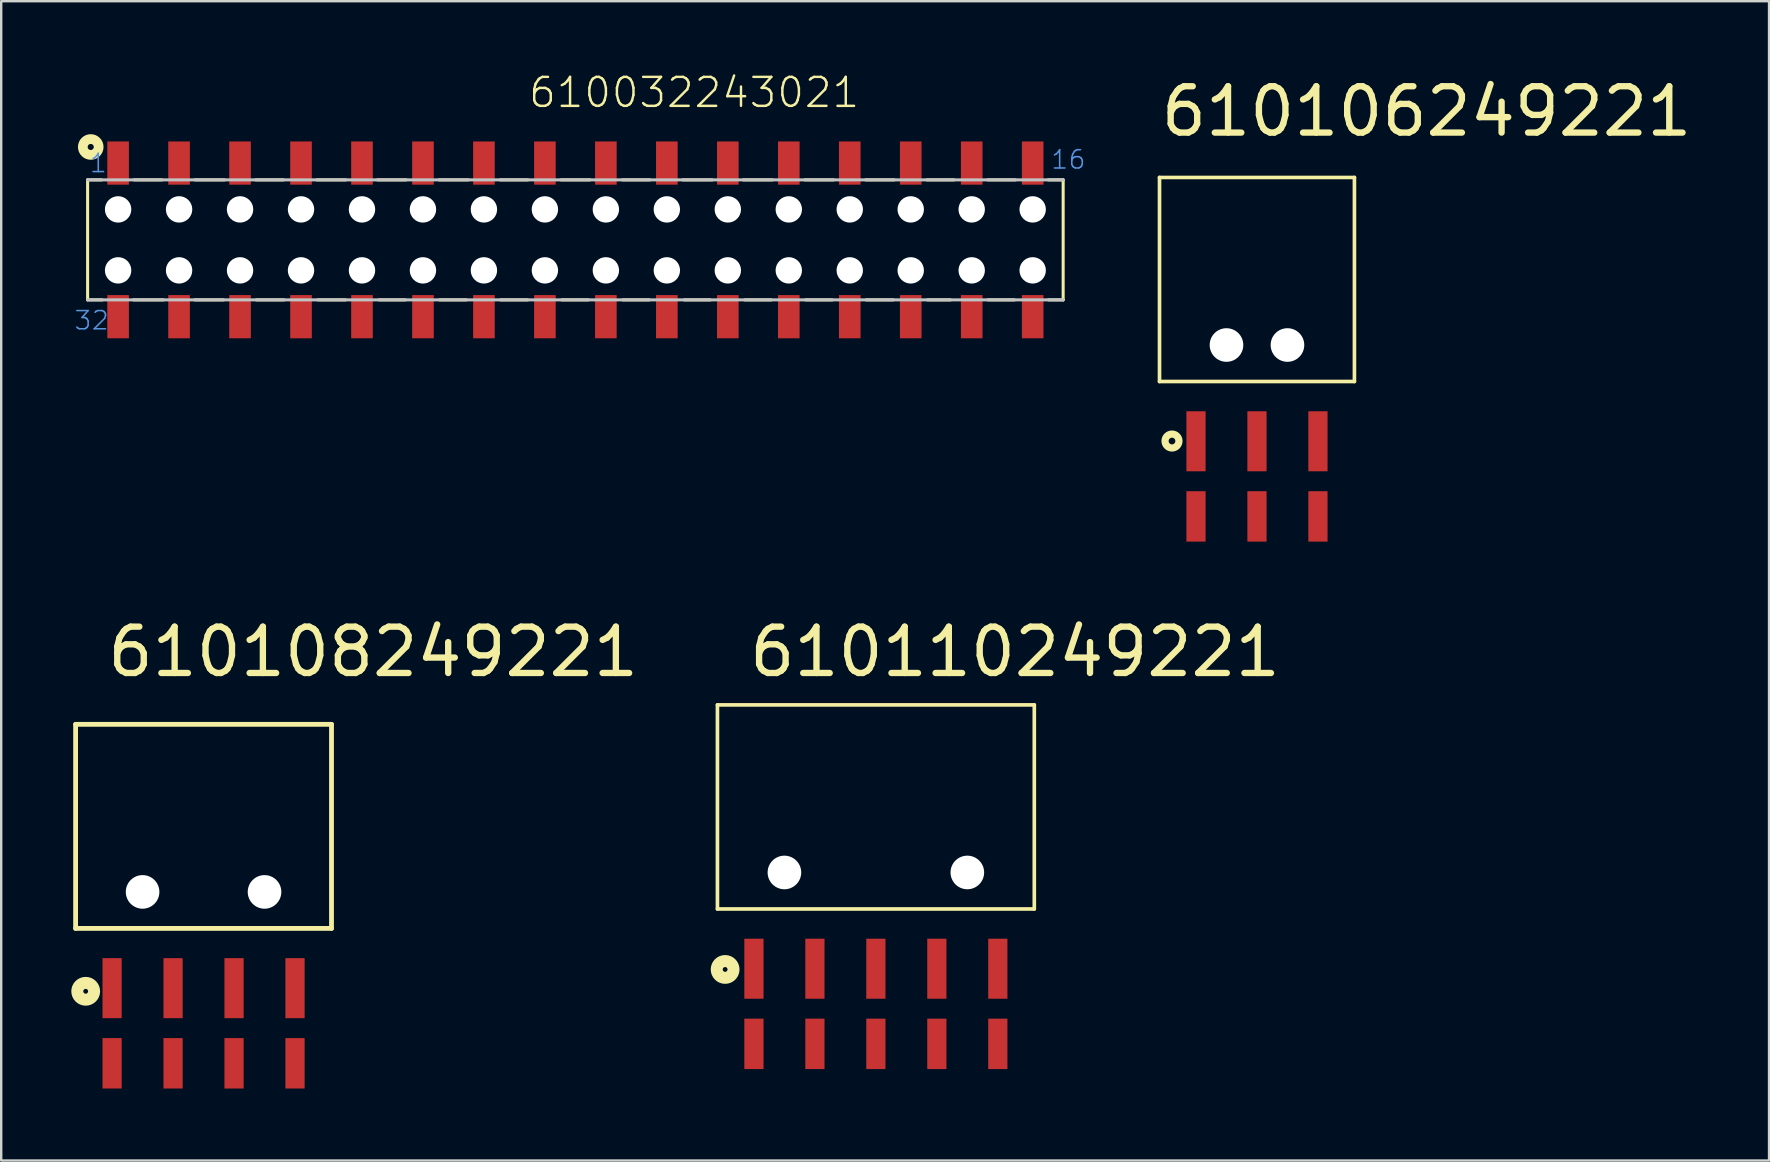
<source format=kicad_pcb>
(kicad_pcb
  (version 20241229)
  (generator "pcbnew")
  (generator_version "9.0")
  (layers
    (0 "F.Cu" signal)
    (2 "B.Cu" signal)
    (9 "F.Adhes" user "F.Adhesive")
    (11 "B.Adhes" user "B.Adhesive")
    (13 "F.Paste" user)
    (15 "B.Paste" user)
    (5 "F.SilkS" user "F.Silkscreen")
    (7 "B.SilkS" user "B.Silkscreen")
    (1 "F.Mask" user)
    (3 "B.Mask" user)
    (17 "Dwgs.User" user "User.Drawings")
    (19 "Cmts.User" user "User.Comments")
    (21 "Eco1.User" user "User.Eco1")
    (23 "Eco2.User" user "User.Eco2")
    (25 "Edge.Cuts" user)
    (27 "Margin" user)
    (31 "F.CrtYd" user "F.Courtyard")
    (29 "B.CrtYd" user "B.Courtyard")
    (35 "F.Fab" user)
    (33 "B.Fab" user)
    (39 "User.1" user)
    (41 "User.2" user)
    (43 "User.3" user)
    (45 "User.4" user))
  (footprint "610108249221"
    (layer "F.Cu")
    (at 5.43 34.106)
    (property "Reference" "610108249221" (at -4.136 -8.87 0) (layer "F.SilkS") (effects (font (size 1.93 1.93) (thickness 0.264)) (justify left bottom)))
    (attr through_hole)
    (fp_line (start -5.33 -6.98) (end 5.33 -6.98) (stroke (width 0.2) (type solid)) (layer "F.SilkS"))
    (fp_line (start -5.33 1.52) (end -5.33 -6.98) (stroke (width 0.2) (type solid)) (layer "F.SilkS"))
    (fp_line (start -5.33 1.52) (end 5.33 1.52) (stroke (width 0.2) (type solid)) (layer "F.SilkS"))
    (fp_line (start 5.33 1.52) (end 5.33 -6.98) (stroke (width 0.2) (type solid)) (layer "F.SilkS"))
    (fp_circle (center -4.91 4.14) (end -4.81 4.14) (stroke (width 0.5) (type solid)) (fill no) (layer "F.SilkS"))
    (pad "" np_thru_hole circle (at -2.54 0) (size 1.4 1.4) (drill 1.4) (layers "*.Cu"))
    (pad "" np_thru_hole circle (at 2.54 0) (size 1.4 1.4) (drill 1.4) (layers "*.Cu"))
    (pad "1" smd rect (at -3.81 4.01) (size 0.8 2.5) (layers "F.Cu" "F.Mask" "F.Paste"))
    (pad "2" smd rect (at -1.27 4.01) (size 0.8 2.5) (layers "F.Cu" "F.Mask" "F.Paste"))
    (pad "3" smd rect (at 1.27 4.01) (size 0.8 2.5) (layers "F.Cu" "F.Mask" "F.Paste"))
    (pad "4" smd rect (at 3.81 4.01) (size 0.8 2.5) (layers "F.Cu" "F.Mask" "F.Paste"))
    (pad "5" smd rect (at 3.81 7.14) (size 0.8 2.1) (layers "F.Cu" "F.Mask" "F.Paste"))
    (pad "6" smd rect (at 1.27 7.14) (size 0.8 2.1) (layers "F.Cu" "F.Mask" "F.Paste"))
    (pad "7" smd rect (at -1.27 7.14) (size 0.8 2.1) (layers "F.Cu" "F.Mask" "F.Paste"))
    (pad "8" smd rect (at -3.81 7.14) (size 0.8 2.1) (layers "F.Cu" "F.Mask" "F.Paste")))
  (footprint "610032243021"
    (layer "F.Cu")
    (at 20.92 6.943)
    (property "Reference" "610032243021" (at -2.012 -5.432 0) (layer "F.SilkS") (effects (font (size 1.206 1.206) (thickness 0.102)) (justify left bottom)))
    (attr through_hole)
    (fp_line (start -20.32 -2.5) (end -20.32 2.5) (stroke (width 0.127) (type solid)) (layer "F.SilkS"))
    (fp_line (start -19.74 -2.5) (end -20.32 -2.5) (stroke (width 0.127) (type solid)) (layer "F.SilkS"))
    (fp_line (start -19.71 2.5) (end -20.32 2.5) (stroke (width 0.127) (type solid)) (layer "F.SilkS"))
    (fp_line (start -18.41 2.5) (end -17.16 2.5) (stroke (width 0.127) (type solid)) (layer "F.SilkS"))
    (fp_line (start -18.38 -2.5) (end -17.22 -2.5) (stroke (width 0.127) (type solid)) (layer "F.SilkS"))
    (fp_line (start -15.86 2.5) (end -14.66 2.5) (stroke (width 0.127) (type solid)) (layer "F.SilkS"))
    (fp_line (start -15.85 -2.5) (end -14.62 -2.5) (stroke (width 0.127) (type solid)) (layer "F.SilkS"))
    (fp_line (start -13.32 -2.5) (end -12.16 -2.5) (stroke (width 0.127) (type solid)) (layer "F.SilkS"))
    (fp_line (start -13.29 2.5) (end -12.14 2.5) (stroke (width 0.127) (type solid)) (layer "F.SilkS"))
    (fp_line (start -10.77 -2.5) (end -9.56 -2.5) (stroke (width 0.127) (type solid)) (layer "F.SilkS"))
    (fp_line (start -9.58 2.5) (end -10.73 2.5) (stroke (width 0.127) (type solid)) (layer "F.SilkS"))
    (fp_line (start -8.25 -2.5) (end -7.05 -2.5) (stroke (width 0.127) (type solid)) (layer "F.SilkS"))
    (fp_line (start -8.18 2.5) (end -7.09 2.5) (stroke (width 0.127) (type solid)) (layer "F.SilkS"))
    (fp_line (start -5.68 -2.5) (end -4.46 -2.5) (stroke (width 0.127) (type solid)) (layer "F.SilkS"))
    (fp_line (start -5.66 2.5) (end -4.54 2.5) (stroke (width 0.127) (type solid)) (layer "F.SilkS"))
    (fp_line (start -3.13 -2.5) (end -1.98 -2.5) (stroke (width 0.127) (type solid)) (layer "F.SilkS"))
    (fp_line (start -3.12 2.5) (end -1.99 2.5) (stroke (width 0.127) (type solid)) (layer "F.SilkS"))
    (fp_line (start -0.6 -2.5) (end 0.61 -2.5) (stroke (width 0.127) (type solid)) (layer "F.SilkS"))
    (fp_line (start -0.57 2.5) (end 0.54 2.5) (stroke (width 0.127) (type solid)) (layer "F.SilkS"))
    (fp_line (start 1.96 -2.5) (end 3.1 -2.5) (stroke (width 0.127) (type solid)) (layer "F.SilkS"))
    (fp_line (start 1.97 2.5) (end 3.08 2.5) (stroke (width 0.127) (type solid)) (layer "F.SilkS"))
    (fp_line (start 4.47 -2.5) (end 5.7 -2.5) (stroke (width 0.127) (type solid)) (layer "F.SilkS"))
    (fp_line (start 4.54 2.5) (end 5.62 2.5) (stroke (width 0.127) (type solid)) (layer "F.SilkS"))
    (fp_line (start 6.99 -2.5) (end 8.21 -2.5) (stroke (width 0.127) (type solid)) (layer "F.SilkS"))
    (fp_line (start 7.06 2.5) (end 8.16 2.5) (stroke (width 0.127) (type solid)) (layer "F.SilkS"))
    (fp_line (start 9.56 -2.5) (end 10.76 -2.5) (stroke (width 0.127) (type solid)) (layer "F.SilkS"))
    (fp_line (start 9.59 2.5) (end 10.7 2.5) (stroke (width 0.127) (type solid)) (layer "F.SilkS"))
    (fp_line (start 12.09 -2.5) (end 13.28 -2.5) (stroke (width 0.127) (type solid)) (layer "F.SilkS"))
    (fp_line (start 12.12 2.5) (end 13.24 2.5) (stroke (width 0.127) (type solid)) (layer "F.SilkS"))
    (fp_line (start 14.64 -2.5) (end 15.77 -2.5) (stroke (width 0.127) (type solid)) (layer "F.SilkS"))
    (fp_line (start 14.67 2.5) (end 15.63 2.5) (stroke (width 0.127) (type solid)) (layer "F.SilkS"))
    (fp_line (start 17.18 -2.5) (end 18.33 -2.5) (stroke (width 0.127) (type solid)) (layer "F.SilkS"))
    (fp_line (start 17.19 2.5) (end 18.29 2.5) (stroke (width 0.127) (type solid)) (layer "F.SilkS"))
    (fp_line (start 19.7 -2.5) (end 20.32 -2.5) (stroke (width 0.127) (type solid)) (layer "F.SilkS"))
    (fp_line (start 19.71 2.5) (end 20.32 2.5) (stroke (width 0.127) (type solid)) (layer "F.SilkS"))
    (fp_line (start 20.32 2.5) (end 20.32 -2.5) (stroke (width 0.127) (type solid)) (layer "F.SilkS"))
    (fp_circle (center -20.19 -3.87) (end -20.063 -3.87) (stroke (width 0.406) (type solid)) (fill no) (layer "F.SilkS"))
    (fp_line (start -20.32 -2.5) (end 20.32 -2.5) (stroke (width 0.127) (type solid)) (layer "Dwgs.User"))
    (fp_line (start -20.32 2.5) (end 20.32 2.5) (stroke (width 0.127) (type solid)) (layer "Dwgs.User"))
    (fp_text user "32" (at -20.92 3.8 0) (layer "Cmts.User") (effects (font (size 0.76 0.76) (thickness 0.064)) (justify left bottom)))
    (fp_text user "1" (at -20.28 -2.75 0) (layer "Cmts.User") (effects (font (size 0.76 0.76) (thickness 0.064)) (justify left bottom)))
    (fp_text user "16" (at 19.77 -2.9 0) (layer "Cmts.User") (effects (font (size 0.76 0.76) (thickness 0.064)) (justify left bottom)))
    (pad "" np_thru_hole circle (at -19.05 -1.27) (size 1.1 1.1) (drill 1.1) (layers "*.Cu"))
    (pad "" np_thru_hole circle (at -19.05 1.27) (size 1.1 1.1) (drill 1.1) (layers "*.Cu"))
    (pad "" np_thru_hole circle (at -16.51 -1.27) (size 1.1 1.1) (drill 1.1) (layers "*.Cu"))
    (pad "" np_thru_hole circle (at -16.51 1.27) (size 1.1 1.1) (drill 1.1) (layers "*.Cu"))
    (pad "" np_thru_hole circle (at -13.97 -1.27) (size 1.1 1.1) (drill 1.1) (layers "*.Cu"))
    (pad "" np_thru_hole circle (at -13.97 1.27) (size 1.1 1.1) (drill 1.1) (layers "*.Cu"))
    (pad "" np_thru_hole circle (at -11.43 -1.27) (size 1.1 1.1) (drill 1.1) (layers "*.Cu"))
    (pad "" np_thru_hole circle (at -11.43 1.27) (size 1.1 1.1) (drill 1.1) (layers "*.Cu"))
    (pad "" np_thru_hole circle (at -8.89 -1.27) (size 1.1 1.1) (drill 1.1) (layers "*.Cu"))
    (pad "" np_thru_hole circle (at -8.89 1.27) (size 1.1 1.1) (drill 1.1) (layers "*.Cu"))
    (pad "" np_thru_hole circle (at -6.35 -1.27) (size 1.1 1.1) (drill 1.1) (layers "*.Cu"))
    (pad "" np_thru_hole circle (at -6.35 1.27) (size 1.1 1.1) (drill 1.1) (layers "*.Cu"))
    (pad "" np_thru_hole circle (at -3.81 -1.27) (size 1.1 1.1) (drill 1.1) (layers "*.Cu"))
    (pad "" np_thru_hole circle (at -3.81 1.27) (size 1.1 1.1) (drill 1.1) (layers "*.Cu"))
    (pad "" np_thru_hole circle (at -1.27 -1.27) (size 1.1 1.1) (drill 1.1) (layers "*.Cu"))
    (pad "" np_thru_hole circle (at -1.27 1.27) (size 1.1 1.1) (drill 1.1) (layers "*.Cu"))
    (pad "" np_thru_hole circle (at 1.27 -1.27) (size 1.1 1.1) (drill 1.1) (layers "*.Cu"))
    (pad "" np_thru_hole circle (at 1.27 1.27) (size 1.1 1.1) (drill 1.1) (layers "*.Cu"))
    (pad "" np_thru_hole circle (at 3.81 -1.27) (size 1.1 1.1) (drill 1.1) (layers "*.Cu"))
    (pad "" np_thru_hole circle (at 3.81 1.27) (size 1.1 1.1) (drill 1.1) (layers "*.Cu"))
    (pad "" np_thru_hole circle (at 6.35 -1.27) (size 1.1 1.1) (drill 1.1) (layers "*.Cu"))
    (pad "" np_thru_hole circle (at 6.35 1.27) (size 1.1 1.1) (drill 1.1) (layers "*.Cu"))
    (pad "" np_thru_hole circle (at 8.89 -1.27) (size 1.1 1.1) (drill 1.1) (layers "*.Cu"))
    (pad "" np_thru_hole circle (at 8.89 1.27) (size 1.1 1.1) (drill 1.1) (layers "*.Cu"))
    (pad "" np_thru_hole circle (at 11.43 -1.27) (size 1.1 1.1) (drill 1.1) (layers "*.Cu"))
    (pad "" np_thru_hole circle (at 11.43 1.27) (size 1.1 1.1) (drill 1.1) (layers "*.Cu"))
    (pad "" np_thru_hole circle (at 13.97 -1.27) (size 1.1 1.1) (drill 1.1) (layers "*.Cu"))
    (pad "" np_thru_hole circle (at 13.97 1.27) (size 1.1 1.1) (drill 1.1) (layers "*.Cu"))
    (pad "" np_thru_hole circle (at 16.51 -1.27) (size 1.1 1.1) (drill 1.1) (layers "*.Cu"))
    (pad "" np_thru_hole circle (at 16.51 1.27) (size 1.1 1.1) (drill 1.1) (layers "*.Cu"))
    (pad "" np_thru_hole circle (at 19.05 -1.27) (size 1.1 1.1) (drill 1.1) (layers "*.Cu"))
    (pad "" np_thru_hole circle (at 19.05 1.27) (size 1.1 1.1) (drill 1.1) (layers "*.Cu"))
    (pad "1" smd rect (at -19.05 -3.2 90) (size 1.8 0.9) (layers "F.Cu" "F.Mask" "F.Paste"))
    (pad "2" smd rect (at -16.51 -3.2 90) (size 1.8 0.9) (layers "F.Cu" "F.Mask" "F.Paste"))
    (pad "3" smd rect (at -13.97 -3.2 90) (size 1.8 0.9) (layers "F.Cu" "F.Mask" "F.Paste"))
    (pad "4" smd rect (at -11.43 -3.2 90) (size 1.8 0.9) (layers "F.Cu" "F.Mask" "F.Paste"))
    (pad "5" smd rect (at -8.89 -3.2 90) (size 1.8 0.9) (layers "F.Cu" "F.Mask" "F.Paste"))
    (pad "6" smd rect (at -6.35 -3.2 90) (size 1.8 0.9) (layers "F.Cu" "F.Mask" "F.Paste"))
    (pad "7" smd rect (at -3.81 -3.2 90) (size 1.8 0.9) (layers "F.Cu" "F.Mask" "F.Paste"))
    (pad "8" smd rect (at -1.27 -3.2 90) (size 1.8 0.9) (layers "F.Cu" "F.Mask" "F.Paste"))
    (pad "9" smd rect (at 1.27 -3.2 90) (size 1.8 0.9) (layers "F.Cu" "F.Mask" "F.Paste"))
    (pad "10" smd rect (at 3.81 -3.2 90) (size 1.8 0.9) (layers "F.Cu" "F.Mask" "F.Paste"))
    (pad "11" smd rect (at 6.35 -3.2 90) (size 1.8 0.9) (layers "F.Cu" "F.Mask" "F.Paste"))
    (pad "12" smd rect (at 8.89 -3.2 90) (size 1.8 0.9) (layers "F.Cu" "F.Mask" "F.Paste"))
    (pad "13" smd rect (at 11.43 -3.2 90) (size 1.8 0.9) (layers "F.Cu" "F.Mask" "F.Paste"))
    (pad "14" smd rect (at 13.97 -3.2 90) (size 1.8 0.9) (layers "F.Cu" "F.Mask" "F.Paste"))
    (pad "15" smd rect (at 16.51 -3.2 90) (size 1.8 0.9) (layers "F.Cu" "F.Mask" "F.Paste"))
    (pad "16" smd rect (at 19.05 -3.2 90) (size 1.8 0.9) (layers "F.Cu" "F.Mask" "F.Paste"))
    (pad "17" smd rect (at 19.05 3.2 90) (size 1.8 0.9) (layers "F.Cu" "F.Mask" "F.Paste"))
    (pad "18" smd rect (at 16.51 3.2 90) (size 1.8 0.9) (layers "F.Cu" "F.Mask" "F.Paste"))
    (pad "19" smd rect (at 13.97 3.2 90) (size 1.8 0.9) (layers "F.Cu" "F.Mask" "F.Paste"))
    (pad "20" smd rect (at 11.43 3.2 90) (size 1.8 0.9) (layers "F.Cu" "F.Mask" "F.Paste"))
    (pad "21" smd rect (at 8.89 3.2 90) (size 1.8 0.9) (layers "F.Cu" "F.Mask" "F.Paste"))
    (pad "22" smd rect (at 6.35 3.2 90) (size 1.8 0.9) (layers "F.Cu" "F.Mask" "F.Paste"))
    (pad "23" smd rect (at 3.81 3.2 90) (size 1.8 0.9) (layers "F.Cu" "F.Mask" "F.Paste"))
    (pad "24" smd rect (at 1.27 3.2 90) (size 1.8 0.9) (layers "F.Cu" "F.Mask" "F.Paste"))
    (pad "25" smd rect (at -1.27 3.2 90) (size 1.8 0.9) (layers "F.Cu" "F.Mask" "F.Paste"))
    (pad "26" smd rect (at -3.81 3.2 90) (size 1.8 0.9) (layers "F.Cu" "F.Mask" "F.Paste"))
    (pad "27" smd rect (at -6.35 3.2 90) (size 1.8 0.9) (layers "F.Cu" "F.Mask" "F.Paste"))
    (pad "28" smd rect (at -8.89 3.2 90) (size 1.8 0.9) (layers "F.Cu" "F.Mask" "F.Paste"))
    (pad "29" smd rect (at -11.43 3.2 90) (size 1.8 0.9) (layers "F.Cu" "F.Mask" "F.Paste"))
    (pad "30" smd rect (at -13.97 3.2 90) (size 1.8 0.9) (layers "F.Cu" "F.Mask" "F.Paste"))
    (pad "31" smd rect (at -16.51 3.2 90) (size 1.8 0.9) (layers "F.Cu" "F.Mask" "F.Paste"))
    (pad "32" smd rect (at -19.05 3.2 90) (size 1.8 0.9) (layers "F.Cu" "F.Mask" "F.Paste")))
  (footprint "610110249221"
    (layer "F.Cu")
    (at 33.438 33.296)
    (property "Reference" "610110249221" (at -5.406 -8.06 0) (layer "F.SilkS") (effects (font (size 1.93 1.93) (thickness 0.264)) (justify left bottom)))
    (attr through_hole)
    (fp_line (start -6.6 -6.98) (end 6.6 -6.98) (stroke (width 0.152) (type solid)) (layer "F.SilkS"))
    (fp_line (start -6.6 1.52) (end -6.6 -6.98) (stroke (width 0.152) (type solid)) (layer "F.SilkS"))
    (fp_line (start -6.6 1.52) (end 6.6 1.52) (stroke (width 0.152) (type solid)) (layer "F.SilkS"))
    (fp_line (start 6.6 1.52) (end 6.6 -6.98) (stroke (width 0.152) (type solid)) (layer "F.SilkS"))
    (fp_circle (center -6.28 4.04) (end -6.18 4.04) (stroke (width 0.5) (type solid)) (fill no) (layer "F.SilkS"))
    (pad "" np_thru_hole circle (at -3.81 0) (size 1.4 1.4) (drill 1.4) (layers "*.Cu"))
    (pad "" np_thru_hole circle (at 3.81 0) (size 1.4 1.4) (drill 1.4) (layers "*.Cu"))
    (pad "1" smd rect (at -5.08 4.01) (size 0.8 2.5) (layers "F.Cu" "F.Mask" "F.Paste"))
    (pad "2" smd rect (at -2.54 4.01) (size 0.8 2.5) (layers "F.Cu" "F.Mask" "F.Paste"))
    (pad "3" smd rect (at 0 4.01) (size 0.8 2.5) (layers "F.Cu" "F.Mask" "F.Paste"))
    (pad "4" smd rect (at 2.54 4.01) (size 0.8 2.5) (layers "F.Cu" "F.Mask" "F.Paste"))
    (pad "5" smd rect (at 5.08 4.01) (size 0.8 2.5) (layers "F.Cu" "F.Mask" "F.Paste"))
    (pad "6" smd rect (at 5.08 7.14) (size 0.8 2.1) (layers "F.Cu" "F.Mask" "F.Paste"))
    (pad "7" smd rect (at 2.54 7.14) (size 0.8 2.1) (layers "F.Cu" "F.Mask" "F.Paste"))
    (pad "8" smd rect (at 0 7.14) (size 0.8 2.1) (layers "F.Cu" "F.Mask" "F.Paste"))
    (pad "9" smd rect (at -2.54 7.14) (size 0.8 2.1) (layers "F.Cu" "F.Mask" "F.Paste"))
    (pad "10" smd rect (at -5.08 7.14) (size 0.8 2.1) (layers "F.Cu" "F.Mask" "F.Paste")))
  (footprint "610106249221"
    (layer "F.Cu")
    (at 49.314 11.323)
    (property "Reference" "610106249221" (at -4.136 -8.6 0) (layer "F.SilkS") (effects (font (size 1.93 1.93) (thickness 0.264)) (justify left bottom)))
    (attr through_hole)
    (fp_line (start -4.06 -6.98) (end 4.06 -6.98) (stroke (width 0.152) (type solid)) (layer "F.SilkS"))
    (fp_line (start -4.06 1.52) (end -4.06 -6.98) (stroke (width 0.152) (type solid)) (layer "F.SilkS"))
    (fp_line (start -4.06 1.52) (end 4.06 1.52) (stroke (width 0.152) (type solid)) (layer "F.SilkS"))
    (fp_line (start 4.06 1.52) (end 4.06 -6.98) (stroke (width 0.152) (type solid)) (layer "F.SilkS"))
    (fp_circle (center -3.54 4) (end -3.4 4) (stroke (width 0.3) (type solid)) (fill no) (layer "F.SilkS"))
    (pad "" np_thru_hole circle (at -1.27 0) (size 1.4 1.4) (drill 1.4) (layers "*.Cu"))
    (pad "" np_thru_hole circle (at 1.27 0) (size 1.4 1.4) (drill 1.4) (layers "*.Cu"))
    (pad "1" smd rect (at -2.54 4.01) (size 0.8 2.5) (layers "F.Cu" "F.Mask" "F.Paste"))
    (pad "2" smd rect (at 0 4.01) (size 0.8 2.5) (layers "F.Cu" "F.Mask" "F.Paste"))
    (pad "3" smd rect (at 2.54 4.01) (size 0.8 2.5) (layers "F.Cu" "F.Mask" "F.Paste"))
    (pad "4" smd rect (at 2.54 7.14) (size 0.8 2.1) (layers "F.Cu" "F.Mask" "F.Paste"))
    (pad "5" smd rect (at 0 7.14) (size 0.8 2.1) (layers "F.Cu" "F.Mask" "F.Paste"))
    (pad "6" smd rect (at -2.54 7.14) (size 0.8 2.1) (layers "F.Cu" "F.Mask" "F.Paste")))
  (gr_rect
    (start -3 -3)
    (end 70.646 45.296)
    (stroke (width 0.1) (type default))
    (fill no)
    (layer "Edge.Cuts")))
</source>
